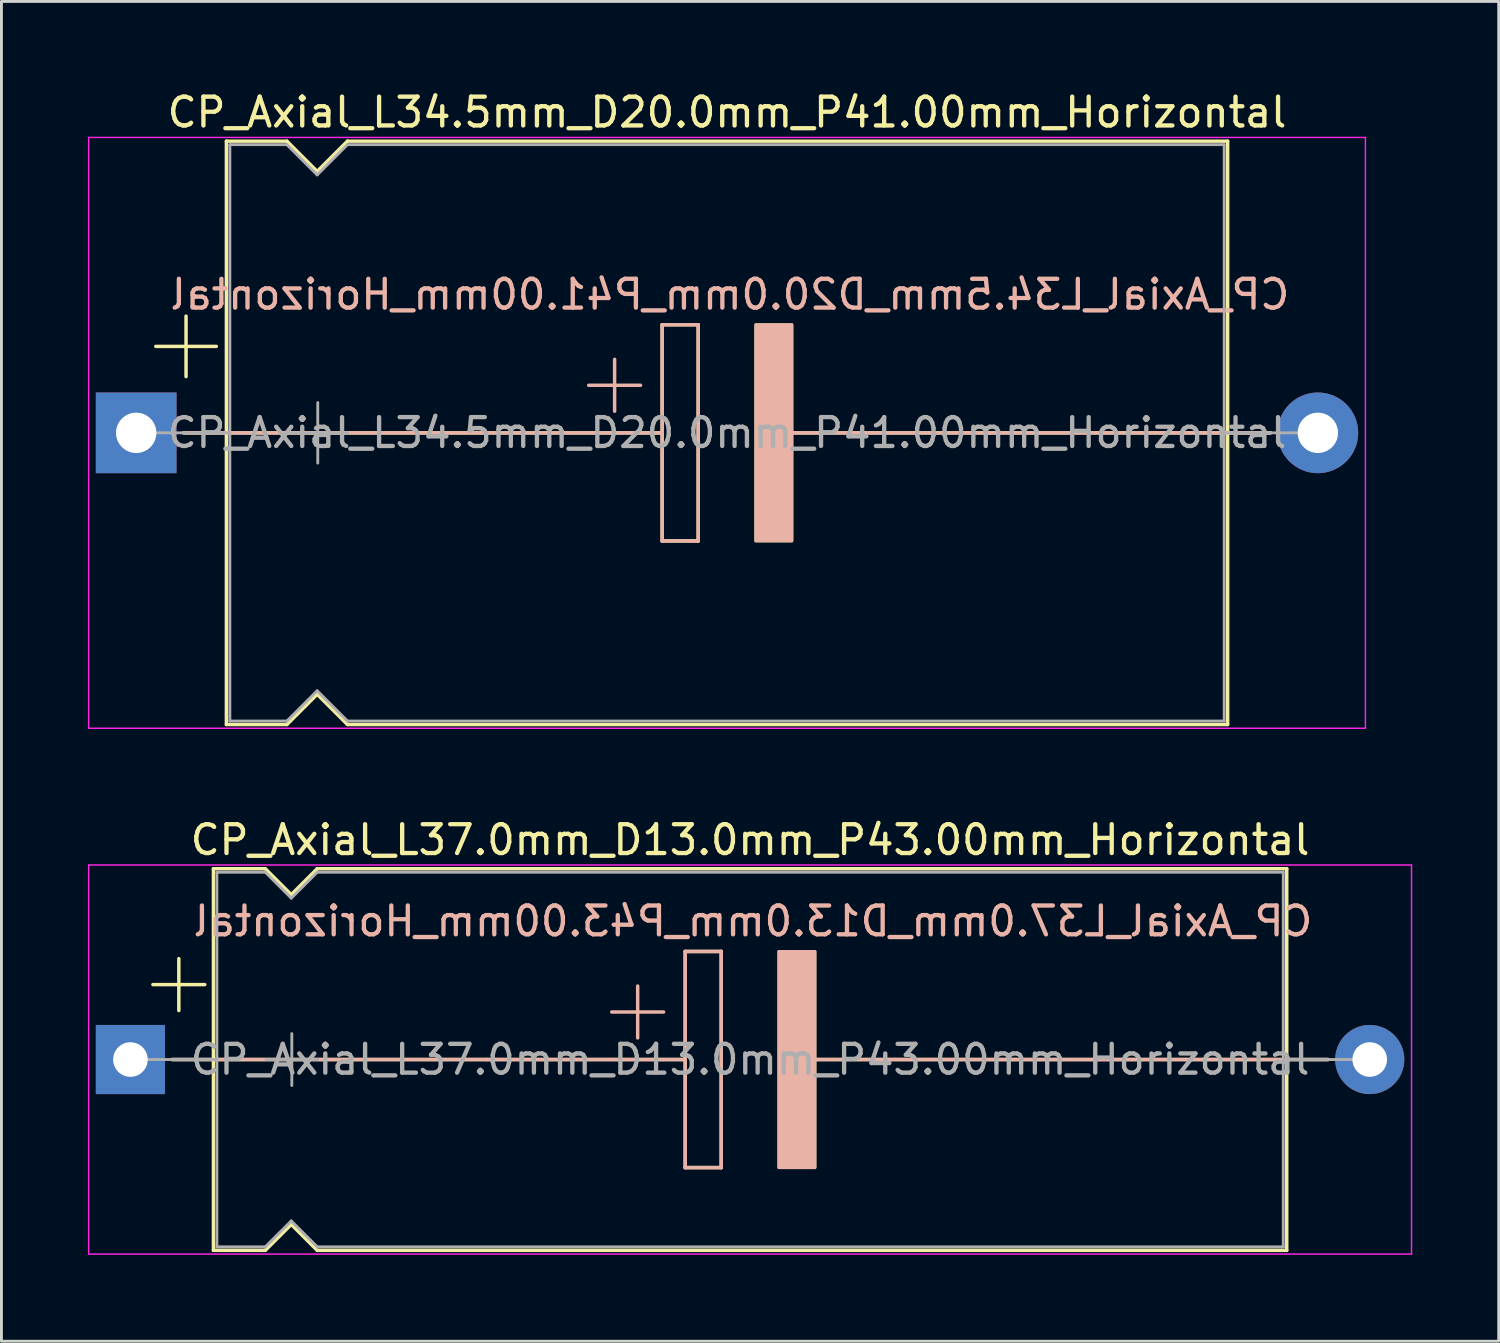
<source format=kicad_pcb>
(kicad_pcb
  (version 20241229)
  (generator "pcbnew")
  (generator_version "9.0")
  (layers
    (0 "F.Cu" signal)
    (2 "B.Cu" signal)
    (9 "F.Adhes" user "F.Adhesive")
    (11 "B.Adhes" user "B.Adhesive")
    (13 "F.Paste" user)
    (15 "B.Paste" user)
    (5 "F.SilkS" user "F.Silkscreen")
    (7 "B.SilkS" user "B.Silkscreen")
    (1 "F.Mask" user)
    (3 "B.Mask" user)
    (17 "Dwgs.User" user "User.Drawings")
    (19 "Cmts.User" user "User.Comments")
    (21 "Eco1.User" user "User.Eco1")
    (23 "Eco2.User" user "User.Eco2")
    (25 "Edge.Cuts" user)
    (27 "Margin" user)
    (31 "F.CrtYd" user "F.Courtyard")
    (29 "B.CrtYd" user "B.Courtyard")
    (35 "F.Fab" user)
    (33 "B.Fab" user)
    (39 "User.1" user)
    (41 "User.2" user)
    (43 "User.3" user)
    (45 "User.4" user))
  (footprint "CP_Axial_L34.5mm_D20.0mm_P41.00mm_Horizontal"
    (layer "F.Cu")
    (at 1.675 11.968)
    (property "Reference" "CP_Axial_L34.5mm_D20.0mm_P41.00mm_Horizontal" (at 20.5 -11.12 0) (layer "F.SilkS") (effects (font (size 1 1) (thickness 0.15))))
    (fp_line (start 0.68 -3) (end 2.78 -3) (stroke (width 0.12) (type solid)) (layer "F.SilkS"))
    (fp_line (start 1.64 0) (end 3.13 0) (stroke (width 0.12) (type solid)) (layer "F.SilkS"))
    (fp_line (start 1.73 -4.05) (end 1.73 -1.95) (stroke (width 0.12) (type solid)) (layer "F.SilkS"))
    (fp_line (start 3.111 0) (end 18.25 0) (stroke (width 0.12) (type solid)) (layer "F.SilkS"))
    (fp_line (start 3.13 -10.12) (end 3.13 10.12) (stroke (width 0.12) (type solid)) (layer "F.SilkS"))
    (fp_line (start 3.13 -10.12) (end 5.23 -10.12) (stroke (width 0.12) (type solid)) (layer "F.SilkS"))
    (fp_line (start 3.13 10.12) (end 5.23 10.12) (stroke (width 0.12) (type solid)) (layer "F.SilkS"))
    (fp_line (start 5.23 -10.12) (end 6.28 -9.07) (stroke (width 0.12) (type solid)) (layer "F.SilkS"))
    (fp_line (start 5.23 10.12) (end 6.28 9.07) (stroke (width 0.12) (type solid)) (layer "F.SilkS"))
    (fp_line (start 6.28 -9.07) (end 7.33 -10.12) (stroke (width 0.12) (type solid)) (layer "F.SilkS"))
    (fp_line (start 6.28 9.07) (end 7.33 10.12) (stroke (width 0.12) (type solid)) (layer "F.SilkS"))
    (fp_line (start 7.33 -10.12) (end 37.87 -10.12) (stroke (width 0.12) (type solid)) (layer "F.SilkS"))
    (fp_line (start 7.33 10.12) (end 37.87 10.12) (stroke (width 0.12) (type solid)) (layer "F.SilkS"))
    (fp_line (start 18.25 -3.75) (end 19.5 -3.75) (stroke (width 0.12) (type solid)) (layer "F.SilkS"))
    (fp_line (start 18.25 0) (end 18.25 -3.75) (stroke (width 0.12) (type solid)) (layer "F.SilkS"))
    (fp_line (start 18.25 3.75) (end 18.25 0) (stroke (width 0.12) (type solid)) (layer "F.SilkS"))
    (fp_line (start 19.5 -3.75) (end 19.5 3.75) (stroke (width 0.12) (type solid)) (layer "F.SilkS"))
    (fp_line (start 19.5 3.75) (end 18.25 3.75) (stroke (width 0.12) (type solid)) (layer "F.SilkS"))
    (fp_line (start 22.75 0) (end 37.87 0) (stroke (width 0.12) (type solid)) (layer "F.SilkS"))
    (fp_line (start 37.87 -10.12) (end 37.87 10.12) (stroke (width 0.12) (type solid)) (layer "F.SilkS"))
    (fp_line (start 39.36 0) (end 37.87 0) (stroke (width 0.12) (type solid)) (layer "F.SilkS"))
    (fp_poly (pts (xy 22.75 3.75) (xy 21.5 3.75) (xy 21.5 -3.75) (xy 22.75 -3.75)) (stroke (width 0.1) (type solid)) (fill yes) (layer "F.SilkS"))
    (fp_line (start 1.65 0) (end 11.38 0) (stroke (width 0.12) (type solid)) (layer "B.SilkS"))
    (fp_line (start 11.38 0) (end 18.25 0) (stroke (width 0.12) (type solid)) (layer "B.SilkS"))
    (fp_line (start 16.6 -2.55) (end 16.6 -0.75) (stroke (width 0.12) (type solid)) (layer "B.SilkS"))
    (fp_line (start 17.5 -1.65) (end 15.7 -1.65) (stroke (width 0.12) (type solid)) (layer "B.SilkS"))
    (fp_line (start 18.25 -3.75) (end 19.5 -3.75) (stroke (width 0.12) (type solid)) (layer "B.SilkS"))
    (fp_line (start 18.25 0) (end 18.25 -3.75) (stroke (width 0.12) (type solid)) (layer "B.SilkS"))
    (fp_line (start 18.25 3.75) (end 18.25 0) (stroke (width 0.12) (type solid)) (layer "B.SilkS"))
    (fp_line (start 19.5 -3.75) (end 19.5 3.75) (stroke (width 0.12) (type solid)) (layer "B.SilkS"))
    (fp_line (start 19.5 3.75) (end 18.25 3.75) (stroke (width 0.12) (type solid)) (layer "B.SilkS"))
    (fp_line (start 22.75 0) (end 29.62 0) (stroke (width 0.12) (type solid)) (layer "B.SilkS"))
    (fp_line (start 39.35 0) (end 29.62 0) (stroke (width 0.12) (type solid)) (layer "B.SilkS"))
    (fp_poly (pts (xy 22.75 3.75) (xy 21.5 3.75) (xy 21.5 -3.75) (xy 22.75 -3.75)) (stroke (width 0.1) (type solid)) (fill yes) (layer "B.SilkS"))
    (fp_line (start -1.65 -10.25) (end -1.65 10.25) (stroke (width 0.05) (type solid)) (layer "F.CrtYd"))
    (fp_line (start -1.65 10.25) (end 42.65 10.25) (stroke (width 0.05) (type solid)) (layer "F.CrtYd"))
    (fp_line (start 42.65 -10.25) (end -1.65 -10.25) (stroke (width 0.05) (type solid)) (layer "F.CrtYd"))
    (fp_line (start 42.65 10.25) (end 42.65 -10.25) (stroke (width 0.05) (type solid)) (layer "F.CrtYd"))
    (fp_line (start 0 0) (end 3.25 0) (stroke (width 0.1) (type solid)) (layer "F.Fab"))
    (fp_line (start 3.25 -10) (end 3.25 10) (stroke (width 0.1) (type solid)) (layer "F.Fab"))
    (fp_line (start 3.25 -10) (end 5.23 -10) (stroke (width 0.1) (type solid)) (layer "F.Fab"))
    (fp_line (start 3.25 10) (end 5.23 10) (stroke (width 0.1) (type solid)) (layer "F.Fab"))
    (fp_line (start 5.23 -10) (end 6.28 -8.95) (stroke (width 0.1) (type solid)) (layer "F.Fab"))
    (fp_line (start 5.23 10) (end 6.28 8.95) (stroke (width 0.1) (type solid)) (layer "F.Fab"))
    (fp_line (start 5.25 0) (end 7.35 0) (stroke (width 0.1) (type solid)) (layer "F.Fab"))
    (fp_line (start 6.28 -8.95) (end 7.33 -10) (stroke (width 0.1) (type solid)) (layer "F.Fab"))
    (fp_line (start 6.28 8.95) (end 7.33 10) (stroke (width 0.1) (type solid)) (layer "F.Fab"))
    (fp_line (start 6.3 -1.05) (end 6.3 1.05) (stroke (width 0.1) (type solid)) (layer "F.Fab"))
    (fp_line (start 7.33 -10) (end 37.75 -10) (stroke (width 0.1) (type solid)) (layer "F.Fab"))
    (fp_line (start 7.33 10) (end 37.75 10) (stroke (width 0.1) (type solid)) (layer "F.Fab"))
    (fp_line (start 37.75 -10) (end 37.75 10) (stroke (width 0.1) (type solid)) (layer "F.Fab"))
    (fp_line (start 41 0) (end 37.75 0) (stroke (width 0.1) (type solid)) (layer "F.Fab"))
    (fp_text user "${REFERENCE}" (at 20.6 -4.8 0) (layer "B.SilkS") (effects (font (size 1 1) (thickness 0.15)) (justify mirror)))
    (fp_text user "${REFERENCE}" (at 20.5 0 0) (layer "F.Fab") (effects (font (size 1 1) (thickness 0.15))))
    (pad "1" thru_hole rect (at 0 0) (size 2.8 2.8) (drill 1.4) (layers "*.Cu" "*.Mask"))
    (pad "2" thru_hole oval (at 41 0) (size 2.8 2.8) (drill 1.4) (layers "*.Cu" "*.Mask")))
  (footprint "CP_Axial_L37.0mm_D13.0mm_P43.00mm_Horizontal"
    (layer "F.Cu")
    (at 1.475 33.712)
    (property "Reference" "CP_Axial_L37.0mm_D13.0mm_P43.00mm_Horizontal" (at 21.5 -7.62 0) (layer "F.SilkS") (effects (font (size 1 1) (thickness 0.15))))
    (fp_line (start 0.78 -2.6) (end 2.58 -2.6) (stroke (width 0.12) (type solid)) (layer "F.SilkS"))
    (fp_line (start 1.44 0) (end 2.88 0) (stroke (width 0.12) (type solid)) (layer "F.SilkS"))
    (fp_line (start 1.68 -3.5) (end 1.68 -1.7) (stroke (width 0.12) (type solid)) (layer "F.SilkS"))
    (fp_line (start 2.88 -6.62) (end 2.88 6.62) (stroke (width 0.12) (type solid)) (layer "F.SilkS"))
    (fp_line (start 2.88 -6.62) (end 4.68 -6.62) (stroke (width 0.12) (type solid)) (layer "F.SilkS"))
    (fp_line (start 2.88 0) (end 19.25 0) (stroke (width 0.12) (type solid)) (layer "F.SilkS"))
    (fp_line (start 2.88 6.62) (end 4.68 6.62) (stroke (width 0.12) (type solid)) (layer "F.SilkS"))
    (fp_line (start 4.68 -6.62) (end 5.58 -5.72) (stroke (width 0.12) (type solid)) (layer "F.SilkS"))
    (fp_line (start 4.68 6.62) (end 5.58 5.72) (stroke (width 0.12) (type solid)) (layer "F.SilkS"))
    (fp_line (start 5.58 -5.72) (end 6.48 -6.62) (stroke (width 0.12) (type solid)) (layer "F.SilkS"))
    (fp_line (start 5.58 5.72) (end 6.48 6.62) (stroke (width 0.12) (type solid)) (layer "F.SilkS"))
    (fp_line (start 6.48 -6.62) (end 40.12 -6.62) (stroke (width 0.12) (type solid)) (layer "F.SilkS"))
    (fp_line (start 6.48 6.62) (end 40.12 6.62) (stroke (width 0.12) (type solid)) (layer "F.SilkS"))
    (fp_line (start 19.25 -3.75) (end 20.5 -3.75) (stroke (width 0.12) (type solid)) (layer "F.SilkS"))
    (fp_line (start 19.25 0) (end 19.25 -3.75) (stroke (width 0.12) (type solid)) (layer "F.SilkS"))
    (fp_line (start 19.25 3.75) (end 19.25 0) (stroke (width 0.12) (type solid)) (layer "F.SilkS"))
    (fp_line (start 20.5 -3.75) (end 20.5 3.75) (stroke (width 0.12) (type solid)) (layer "F.SilkS"))
    (fp_line (start 20.5 3.75) (end 19.25 3.75) (stroke (width 0.12) (type solid)) (layer "F.SilkS"))
    (fp_line (start 23.75 0) (end 40.12 0) (stroke (width 0.12) (type solid)) (layer "F.SilkS"))
    (fp_line (start 40.12 -6.62) (end 40.12 6.62) (stroke (width 0.12) (type solid)) (layer "F.SilkS"))
    (fp_line (start 41.56 0) (end 40.12 0) (stroke (width 0.12) (type solid)) (layer "F.SilkS"))
    (fp_poly (pts (xy 23.75 3.75) (xy 22.5 3.75) (xy 22.5 -3.75) (xy 23.75 -3.75)) (stroke (width 0.1) (type solid)) (fill yes) (layer "F.SilkS"))
    (fp_line (start 1.45 0) (end 12.38 0) (stroke (width 0.12) (type solid)) (layer "B.SilkS"))
    (fp_line (start 12.38 0) (end 19.25 0) (stroke (width 0.12) (type solid)) (layer "B.SilkS"))
    (fp_line (start 17.6 -2.55) (end 17.6 -0.75) (stroke (width 0.12) (type solid)) (layer "B.SilkS"))
    (fp_line (start 18.5 -1.65) (end 16.7 -1.65) (stroke (width 0.12) (type solid)) (layer "B.SilkS"))
    (fp_line (start 19.25 -3.75) (end 20.5 -3.75) (stroke (width 0.12) (type solid)) (layer "B.SilkS"))
    (fp_line (start 19.25 0) (end 19.25 -3.75) (stroke (width 0.12) (type solid)) (layer "B.SilkS"))
    (fp_line (start 19.25 3.75) (end 19.25 0) (stroke (width 0.12) (type solid)) (layer "B.SilkS"))
    (fp_line (start 20.5 -3.75) (end 20.5 3.75) (stroke (width 0.12) (type solid)) (layer "B.SilkS"))
    (fp_line (start 20.5 3.75) (end 19.25 3.75) (stroke (width 0.12) (type solid)) (layer "B.SilkS"))
    (fp_line (start 23.75 0) (end 30.62 0) (stroke (width 0.12) (type solid)) (layer "B.SilkS"))
    (fp_line (start 41.55 0) (end 30.62 0) (stroke (width 0.12) (type solid)) (layer "B.SilkS"))
    (fp_poly (pts (xy 23.75 3.75) (xy 22.5 3.75) (xy 22.5 -3.75) (xy 23.75 -3.75)) (stroke (width 0.1) (type solid)) (fill yes) (layer "B.SilkS"))
    (fp_line (start -1.45 -6.75) (end -1.45 6.75) (stroke (width 0.05) (type solid)) (layer "F.CrtYd"))
    (fp_line (start -1.45 6.75) (end 44.45 6.75) (stroke (width 0.05) (type solid)) (layer "F.CrtYd"))
    (fp_line (start 44.45 -6.75) (end -1.45 -6.75) (stroke (width 0.05) (type solid)) (layer "F.CrtYd"))
    (fp_line (start 44.45 6.75) (end 44.45 -6.75) (stroke (width 0.05) (type solid)) (layer "F.CrtYd"))
    (fp_line (start 0 0) (end 3 0) (stroke (width 0.1) (type solid)) (layer "F.Fab"))
    (fp_line (start 3 -6.5) (end 3 6.5) (stroke (width 0.1) (type solid)) (layer "F.Fab"))
    (fp_line (start 3 -6.5) (end 4.68 -6.5) (stroke (width 0.1) (type solid)) (layer "F.Fab"))
    (fp_line (start 3 6.5) (end 4.68 6.5) (stroke (width 0.1) (type solid)) (layer "F.Fab"))
    (fp_line (start 4.68 -6.5) (end 5.58 -5.6) (stroke (width 0.1) (type solid)) (layer "F.Fab"))
    (fp_line (start 4.68 6.5) (end 5.58 5.6) (stroke (width 0.1) (type solid)) (layer "F.Fab"))
    (fp_line (start 4.7 0) (end 6.5 0) (stroke (width 0.1) (type solid)) (layer "F.Fab"))
    (fp_line (start 5.58 -5.6) (end 6.48 -6.5) (stroke (width 0.1) (type solid)) (layer "F.Fab"))
    (fp_line (start 5.58 5.6) (end 6.48 6.5) (stroke (width 0.1) (type solid)) (layer "F.Fab"))
    (fp_line (start 5.6 -0.9) (end 5.6 0.9) (stroke (width 0.1) (type solid)) (layer "F.Fab"))
    (fp_line (start 6.48 -6.5) (end 40 -6.5) (stroke (width 0.1) (type solid)) (layer "F.Fab"))
    (fp_line (start 6.48 6.5) (end 40 6.5) (stroke (width 0.1) (type solid)) (layer "F.Fab"))
    (fp_line (start 40 -6.5) (end 40 6.5) (stroke (width 0.1) (type solid)) (layer "F.Fab"))
    (fp_line (start 43 0) (end 40 0) (stroke (width 0.1) (type solid)) (layer "F.Fab"))
    (fp_text user "${REFERENCE}" (at 21.6 -4.8 0) (layer "B.SilkS") (effects (font (size 1 1) (thickness 0.15)) (justify mirror)))
    (fp_text user "${REFERENCE}" (at 21.5 0 0) (layer "F.Fab") (effects (font (size 1 1) (thickness 0.15))))
    (pad "1" thru_hole rect (at 0 0) (size 2.4 2.4) (drill 1.2) (layers "*.Cu" "*.Mask"))
    (pad "2" thru_hole oval (at 43 0) (size 2.4 2.4) (drill 1.2) (layers "*.Cu" "*.Mask")))
  (gr_rect
    (start -3 -3)
    (end 48.95 43.486)
    (stroke (width 0.1) (type default))
    (fill no)
    (layer "Edge.Cuts")))
</source>
